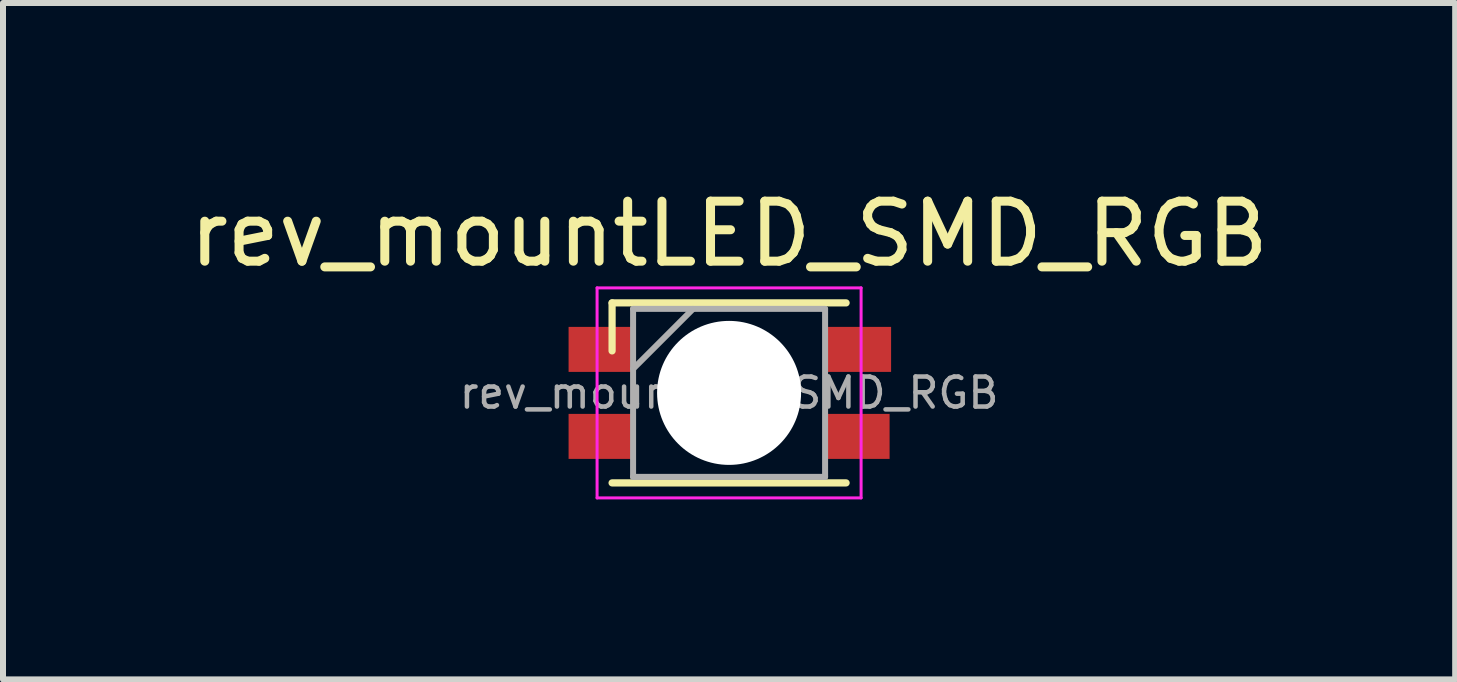
<source format=kicad_pcb>
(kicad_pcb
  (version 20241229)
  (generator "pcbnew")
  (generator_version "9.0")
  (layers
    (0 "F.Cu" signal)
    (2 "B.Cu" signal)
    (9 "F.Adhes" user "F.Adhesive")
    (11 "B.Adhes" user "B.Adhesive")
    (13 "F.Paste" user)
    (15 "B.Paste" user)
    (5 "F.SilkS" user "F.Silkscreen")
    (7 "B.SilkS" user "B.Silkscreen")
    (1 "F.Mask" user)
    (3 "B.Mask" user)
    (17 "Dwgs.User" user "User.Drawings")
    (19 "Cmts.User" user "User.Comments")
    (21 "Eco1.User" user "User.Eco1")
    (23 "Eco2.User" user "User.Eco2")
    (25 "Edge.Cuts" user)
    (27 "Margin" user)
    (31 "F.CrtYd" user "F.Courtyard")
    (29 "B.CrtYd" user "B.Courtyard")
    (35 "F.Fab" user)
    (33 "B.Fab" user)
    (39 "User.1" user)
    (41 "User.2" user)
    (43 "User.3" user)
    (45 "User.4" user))
  (footprint "rev_mountLED_SMD_RGB"
    (layer "F.Cu")
    (at 9.101 3.498)
    (property "Reference" "rev_mountLED_SMD_RGB" (at 0 -2.65 0) (layer "F.SilkS") (effects (font (size 1 1) (thickness 0.15))))
    (attr smd)
    (fp_line (start -1.95 -1.5) (end 1.95 -1.5) (stroke (width 0.12) (type solid)) (layer "F.SilkS"))
    (fp_line (start -1.95 -0.7) (end -1.95 -1.5) (stroke (width 0.12) (type solid)) (layer "F.SilkS"))
    (fp_line (start -1.95 1.5) (end 1.95 1.5) (stroke (width 0.12) (type solid)) (layer "F.SilkS"))
    (fp_line (start -2.2 -1.75) (end -2.2 1.75) (stroke (width 0.05) (type solid)) (layer "F.CrtYd"))
    (fp_line (start -2.2 1.75) (end 2.2 1.75) (stroke (width 0.05) (type solid)) (layer "F.CrtYd"))
    (fp_line (start 2.2 -1.75) (end -2.2 -1.75) (stroke (width 0.05) (type solid)) (layer "F.CrtYd"))
    (fp_line (start 2.2 1.75) (end 2.2 -1.75) (stroke (width 0.05) (type solid)) (layer "F.CrtYd"))
    (fp_line (start -1.6 -1.4) (end -1.6 1.4) (stroke (width 0.1) (type solid)) (layer "F.Fab"))
    (fp_line (start -1.6 1.4) (end 1.6 1.4) (stroke (width 0.1) (type solid)) (layer "F.Fab"))
    (fp_line (start -0.6 -1.4) (end -1.6 -0.4) (stroke (width 0.1) (type solid)) (layer "F.Fab"))
    (fp_line (start 1.6 -1.4) (end -1.6 -1.4) (stroke (width 0.1) (type solid)) (layer "F.Fab"))
    (fp_line (start 1.6 1.4) (end 1.6 -1.4) (stroke (width 0.1) (type solid)) (layer "F.Fab"))
    (fp_circle (center 0 0) (end 1.12 0) (stroke (width 0.1) (type solid)) (fill no) (layer "F.Fab"))
    (fp_text user "${REFERENCE}" (at 0 0 0) (layer "F.Fab") (effects (font (size 0.5 0.5) (thickness 0.075))))
    (pad "" np_thru_hole circle (at 0 0) (size 2.4 2.4) (drill 2.4) (layers "*.Cu" "*.Mask"))
    (pad "1" smd rect (at 2.15 -0.725) (size 1.1 0.75) (layers "F.Cu" "F.Mask" "F.Paste"))
    (pad "2" smd rect (at -2.15 -0.725) (size 1.05 0.75) (layers "F.Cu" "F.Mask" "F.Paste"))
    (pad "3" smd rect (at -2.15 0.725) (size 1.05 0.75) (layers "F.Cu" "F.Mask" "F.Paste"))
    (pad "4" smd rect (at 2.15 0.725) (size 1.05 0.75) (layers "F.Cu" "F.Mask" "F.Paste")))
  (gr_rect
    (start -3 -3)
    (end 21.202 8.273)
    (stroke (width 0.1) (type default))
    (fill no)
    (layer "Edge.Cuts")))
</source>
